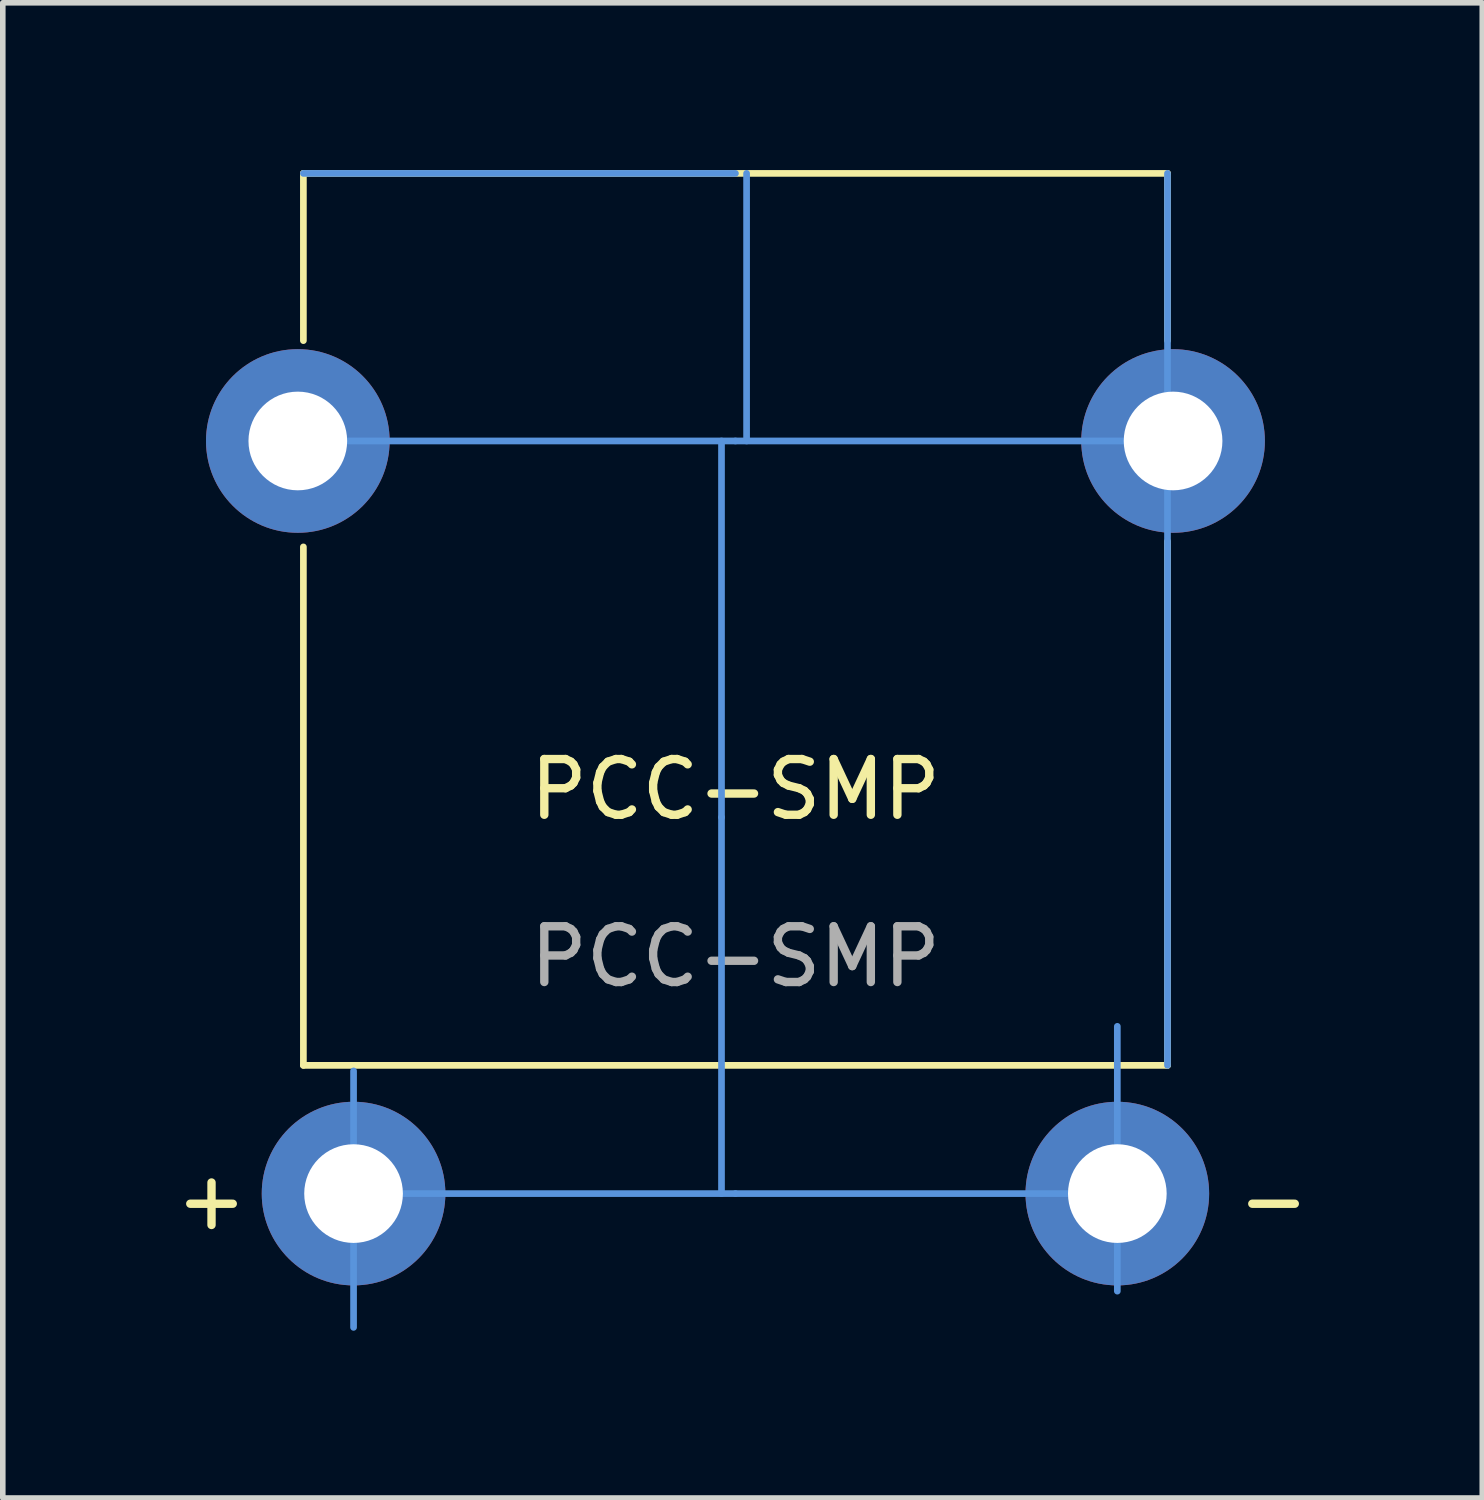
<source format=kicad_pcb>
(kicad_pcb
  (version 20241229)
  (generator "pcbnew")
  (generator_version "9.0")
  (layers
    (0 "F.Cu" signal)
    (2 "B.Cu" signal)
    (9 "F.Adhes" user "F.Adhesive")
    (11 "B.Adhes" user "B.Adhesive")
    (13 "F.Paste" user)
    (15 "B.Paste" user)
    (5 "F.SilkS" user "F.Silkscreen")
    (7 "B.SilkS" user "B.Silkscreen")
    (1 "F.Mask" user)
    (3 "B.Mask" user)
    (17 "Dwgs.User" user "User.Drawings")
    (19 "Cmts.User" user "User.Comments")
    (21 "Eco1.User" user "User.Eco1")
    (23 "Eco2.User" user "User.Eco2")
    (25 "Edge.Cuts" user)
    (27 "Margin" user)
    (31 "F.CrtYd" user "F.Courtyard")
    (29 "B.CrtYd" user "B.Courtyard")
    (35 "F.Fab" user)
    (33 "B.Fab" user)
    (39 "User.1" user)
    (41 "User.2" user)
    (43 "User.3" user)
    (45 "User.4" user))
  (footprint "PCC-SMP"
    (layer "F.Cu")
    (at 10.142 11.61)
    (property "Reference" "PCC-SMP" (at 0 -0.5 0) (unlocked yes) (layer "F.SilkS") (effects (font (size 1 1) (thickness 0.15))))
    (attr through_hole)
    (fp_line (start -7.75 -11.55) (end -7.75 -8.55) (stroke (width 0.12) (type solid)) (layer "F.SilkS"))
    (fp_line (start -7.75 -11.55) (end 7.75 -11.55) (stroke (width 0.12) (type solid)) (layer "F.SilkS"))
    (fp_line (start -7.75 4.45) (end -7.75 -4.85) (stroke (width 0.12) (type solid)) (layer "F.SilkS"))
    (fp_line (start 7.75 -11.55) (end 7.75 -8.55) (stroke (width 0.12) (type solid)) (layer "F.SilkS"))
    (fp_line (start 7.75 4.45) (end -7.75 4.45) (stroke (width 0.12) (type solid)) (layer "F.SilkS"))
    (fp_line (start 7.75 4.45) (end 7.75 -4.95) (stroke (width 0.12) (type solid)) (layer "F.SilkS"))
    (fp_line (start -6.85 4.55) (end -6.85 9.15) (stroke (width 0.12) (type solid)) (layer "Cmts.User"))
    (fp_line (start -0.25 0) (end -0.25 -6.75) (stroke (width 0.12) (type solid)) (layer "Cmts.User"))
    (fp_line (start -0.25 0) (end -0.25 6.75) (stroke (width 0.12) (type solid)) (layer "Cmts.User"))
    (fp_line (start 0 -11.55) (end -7.75 -11.55) (stroke (width 0.12) (type solid)) (layer "Cmts.User"))
    (fp_line (start 0 -6.75) (end -7.85 -6.75) (stroke (width 0.12) (type solid)) (layer "Cmts.User"))
    (fp_line (start 0 -6.75) (end 7.85 -6.75) (stroke (width 0.12) (type solid)) (layer "Cmts.User"))
    (fp_line (start 0 6.75) (end -6.85 6.75) (stroke (width 0.12) (type solid)) (layer "Cmts.User"))
    (fp_line (start 0 6.75) (end 6.85 6.75) (stroke (width 0.12) (type solid)) (layer "Cmts.User"))
    (fp_line (start 0.2 -6.75) (end 0.2 -11.55) (stroke (width 0.12) (type solid)) (layer "Cmts.User"))
    (fp_line (start 6.85 8.5) (end 6.85 3.75) (stroke (width 0.12) (type solid)) (layer "Cmts.User"))
    (fp_line (start 7.75 -11.55) (end 7.75 4.45) (stroke (width 0.12) (type solid)) (layer "Cmts.User"))
    (fp_text user "-" (at 9.652 6.858 0) (unlocked yes) (layer "F.SilkS") (effects (font (size 1 1) (thickness 0.15))))
    (fp_text user "+" (at -9.398 6.858 0) (unlocked yes) (layer "F.SilkS") (effects (font (size 1 1) (thickness 0.15))))
    (fp_text user "${REFERENCE}" (at 0 2.5 0) (unlocked yes) (layer "F.Fab") (effects (font (size 1 1) (thickness 0.15))))
    (pad "1" thru_hole circle (at -6.85 6.75) (size 3.294 3.294) (drill 1.77) (layers "*.Cu" "*.Mask"))
    (pad "2" thru_hole circle (at 6.85 6.75) (size 3.294 3.294) (drill 1.77) (layers "*.Cu" "*.Mask"))
    (pad "3" thru_hole circle (at -7.85 -6.75) (size 3.294 3.294) (drill 1.77) (layers "*.Cu" "*.Mask"))
    (pad "4" thru_hole circle (at 7.85 -6.75) (size 3.294 3.294) (drill 1.77) (layers "*.Cu" "*.Mask")))
  (gr_rect
    (start -3 -3)
    (end 23.538 23.82)
    (stroke (width 0.1) (type default))
    (fill no)
    (layer "Edge.Cuts")))
</source>
